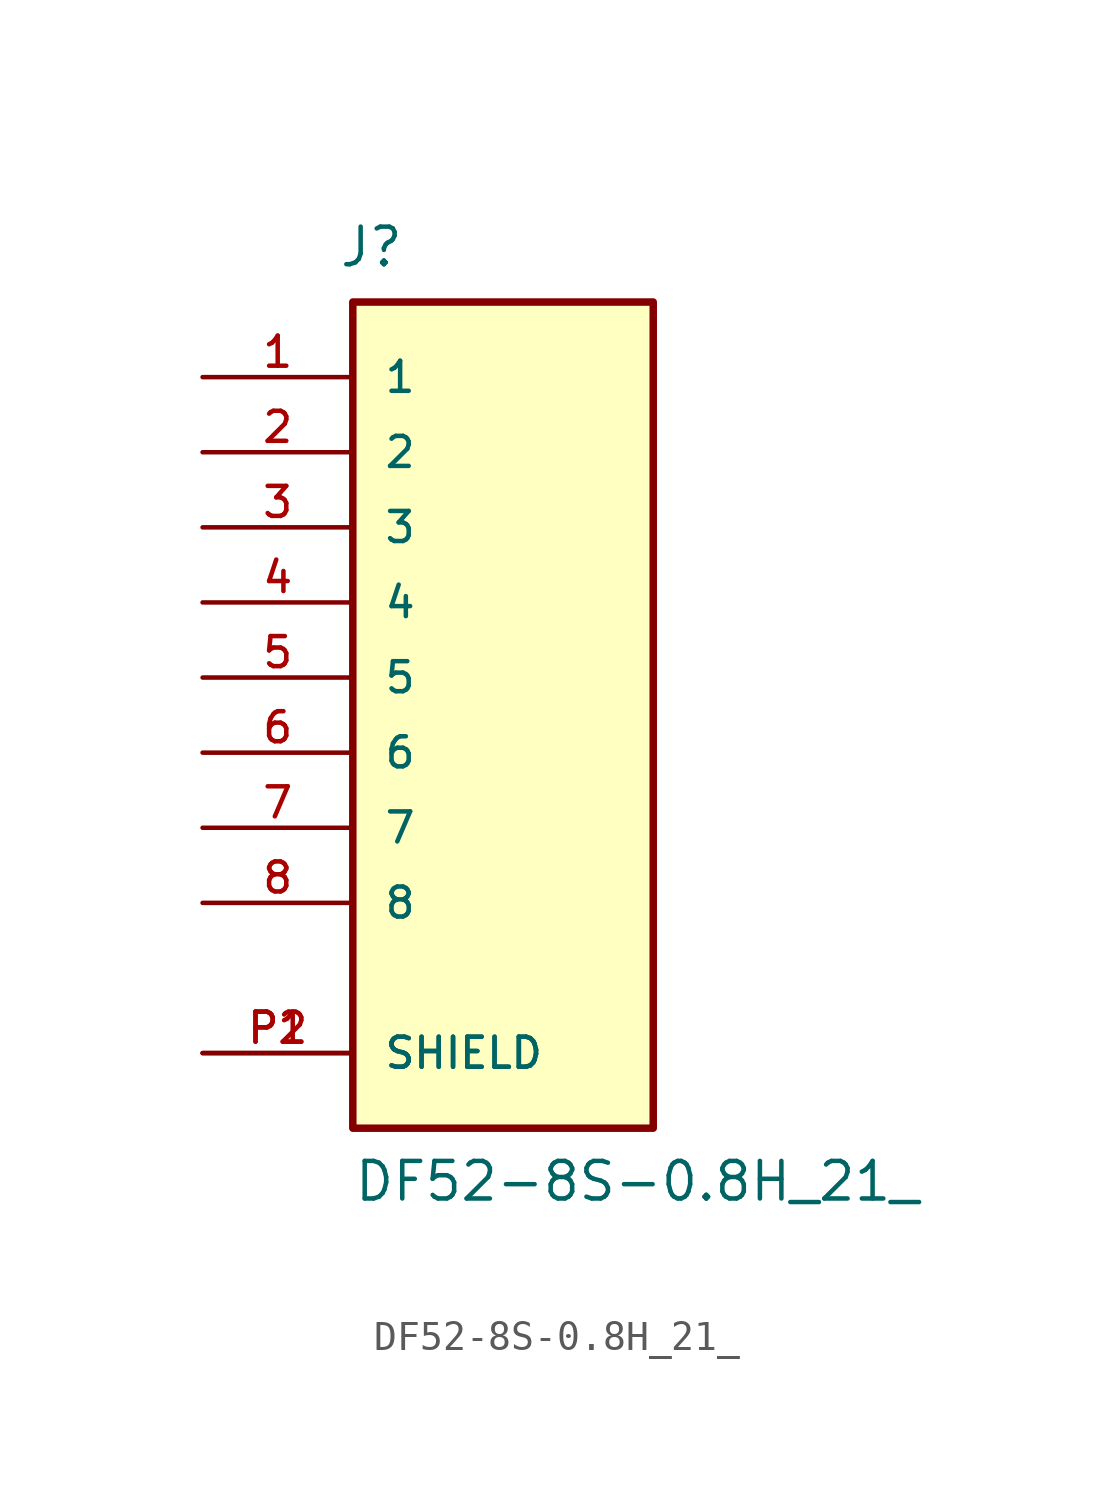
<source format=kicad_sym>
(kicad_symbol_lib
  (version 20211014)
  (generator kicad_symbol_editor)
  (symbol "DF52-8S-0.8H_21_"
    (pin_names
      (offset 1.016))
    (property "Reference" "J"
      (at -5.58 13.816 0)
      (effects (font (size 1.27 1.27)) (justify bottom left)))
    (property "Value" "DF52-8S-0.8H_21_"
      (at -5.08 -17.78 0)
      (effects (font (size 1.27 1.27)) (justify bottom left)))
    (symbol "DF52-8S-0.8H_21__0_0"
      (rectangle (start -5.08 -15.24) (end 5.08 12.7) (stroke (width 0.254)) (fill (type background)))
      (pin passive line (at -10.16 10.16 0) (length 5.08) (name "1" (effects (font (size 1.016 1.016)))) (number "1" (effects (font (size 1.016 1.016)))))
      (pin passive line (at -10.16 7.62 0) (length 5.08) (name "2" (effects (font (size 1.016 1.016)))) (number "2" (effects (font (size 1.016 1.016)))))
      (pin passive line (at -10.16 5.08 0) (length 5.08) (name "3" (effects (font (size 1.016 1.016)))) (number "3" (effects (font (size 1.016 1.016)))))
      (pin passive line (at -10.16 2.54 0) (length 5.08) (name "4" (effects (font (size 1.016 1.016)))) (number "4" (effects (font (size 1.016 1.016)))))
      (pin passive line (at -10.16 0.0 0) (length 5.08) (name "5" (effects (font (size 1.016 1.016)))) (number "5" (effects (font (size 1.016 1.016)))))
      (pin passive line (at -10.16 -2.54 0) (length 5.08) (name "6" (effects (font (size 1.016 1.016)))) (number "6" (effects (font (size 1.016 1.016)))))
      (pin passive line (at -10.16 -5.08 0) (length 5.08) (name "7" (effects (font (size 1.016 1.016)))) (number "7" (effects (font (size 1.016 1.016)))))
      (pin passive line (at -10.16 -7.62 0) (length 5.08) (name "8" (effects (font (size 1.016 1.016)))) (number "8" (effects (font (size 1.016 1.016)))))
      (pin passive line (at -10.16 -12.7 0) (length 5.08) (name "SHIELD" (effects (font (size 1.016 1.016)))) (number "P1" (effects (font (size 1.016 1.016)))))
      (pin passive line (at -10.16 -12.7 0) (length 5.08) (name "SHIELD" (effects (font (size 1.016 1.016)))) (number "P2" (effects (font (size 1.016 1.016))))))))
</source>
